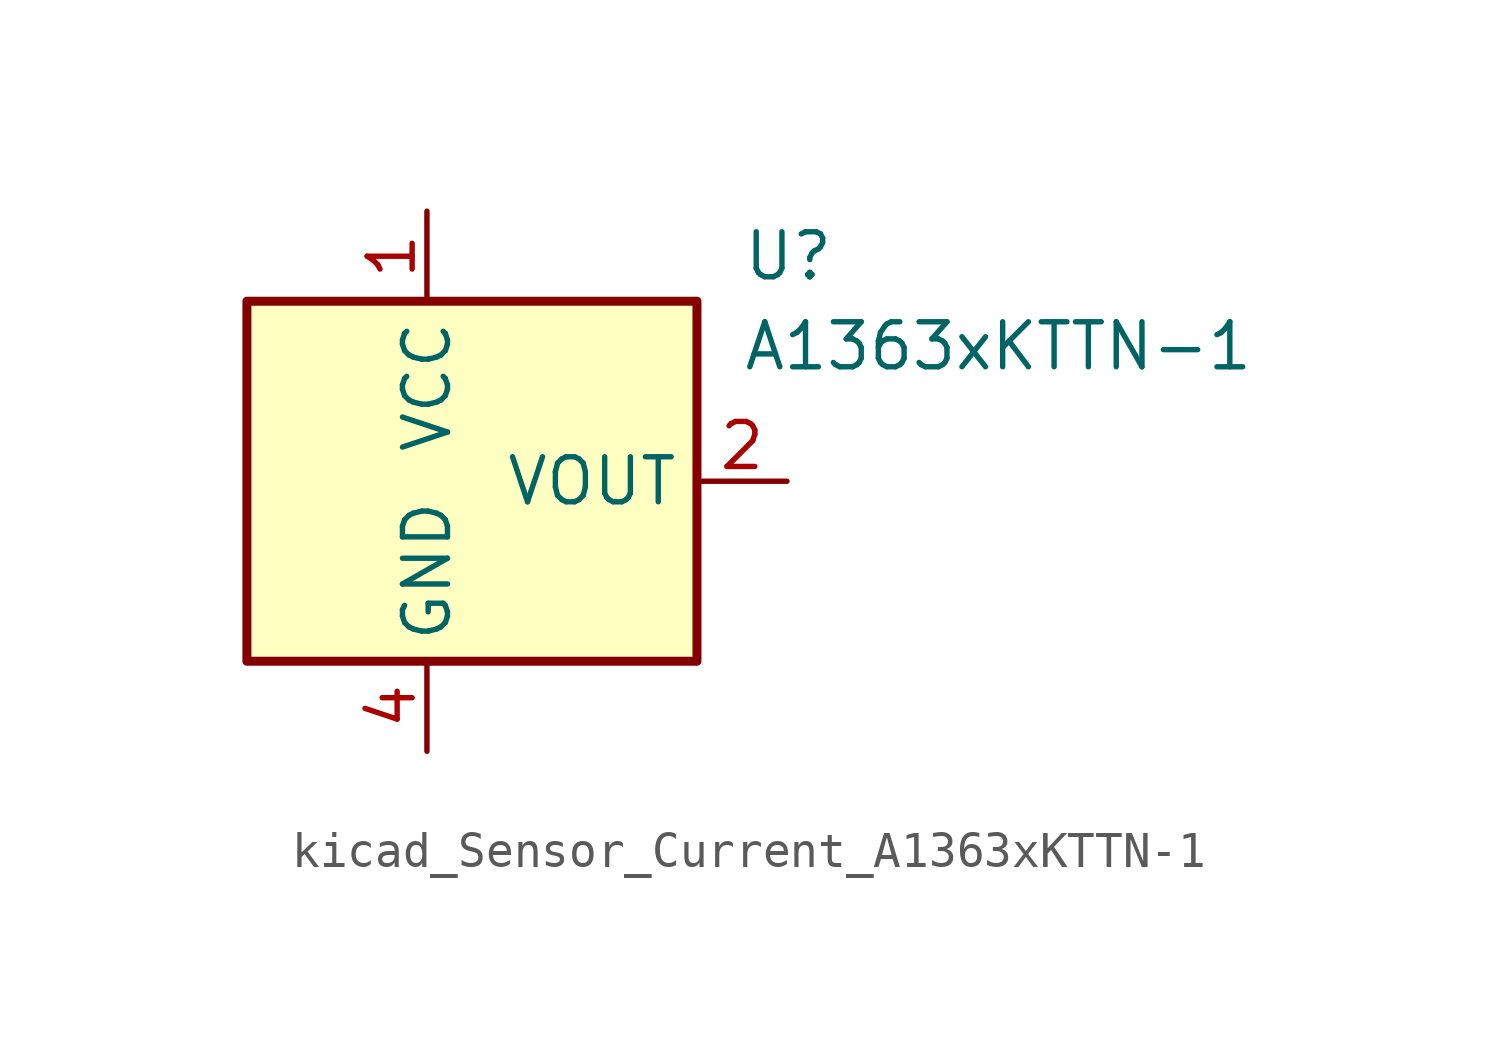
<source format=kicad_sym>
(kicad_symbol_lib
  (version 20220914)
  (generator kicad_symbol_editor)
  (symbol "kicad_Sensor_Current_A1363xKTTN-1"
    (property "Reference" "U"
      (at 8.89 6.35 0)
      (effects (font (size 1.27 1.27)) (justify left)))
    (property "Value" "A1363xKTTN-1"
      (at 8.89 3.81 0)
      (effects (font (size 1.27 1.27)) (justify left)))
    (symbol "kicad_Sensor_Current_A1363xKTTN-1_0_1"
      (rectangle (start -5.08 5.08) (end 7.62 -5.08) (stroke (width 0.254) (type default)) (fill (type background))))
    (symbol "kicad_Sensor_Current_A1363xKTTN-1_1_1"
      (pin power_in line (at 0 7.62 270) (length 2.54) (name "VCC" (effects (font (size 1.27 1.27)))) (number "1" (effects (font (size 1.27 1.27)))))
      (pin output line (at 10.16 0 180) (length 2.54) (name "VOUT" (effects (font (size 1.27 1.27)))) (number "2" (effects (font (size 1.27 1.27)))))
      (pin no_connect line (at 7.62 -2.54 180) (length 2.54) hide (name "NC" (effects (font (size 1.27 1.27)))) (number "3" (effects (font (size 1.27 1.27)))))
      (pin power_in line (at 0 -7.62 90) (length 2.54) (name "GND" (effects (font (size 1.27 1.27)))) (number "4" (effects (font (size 1.27 1.27))))))))
</source>
